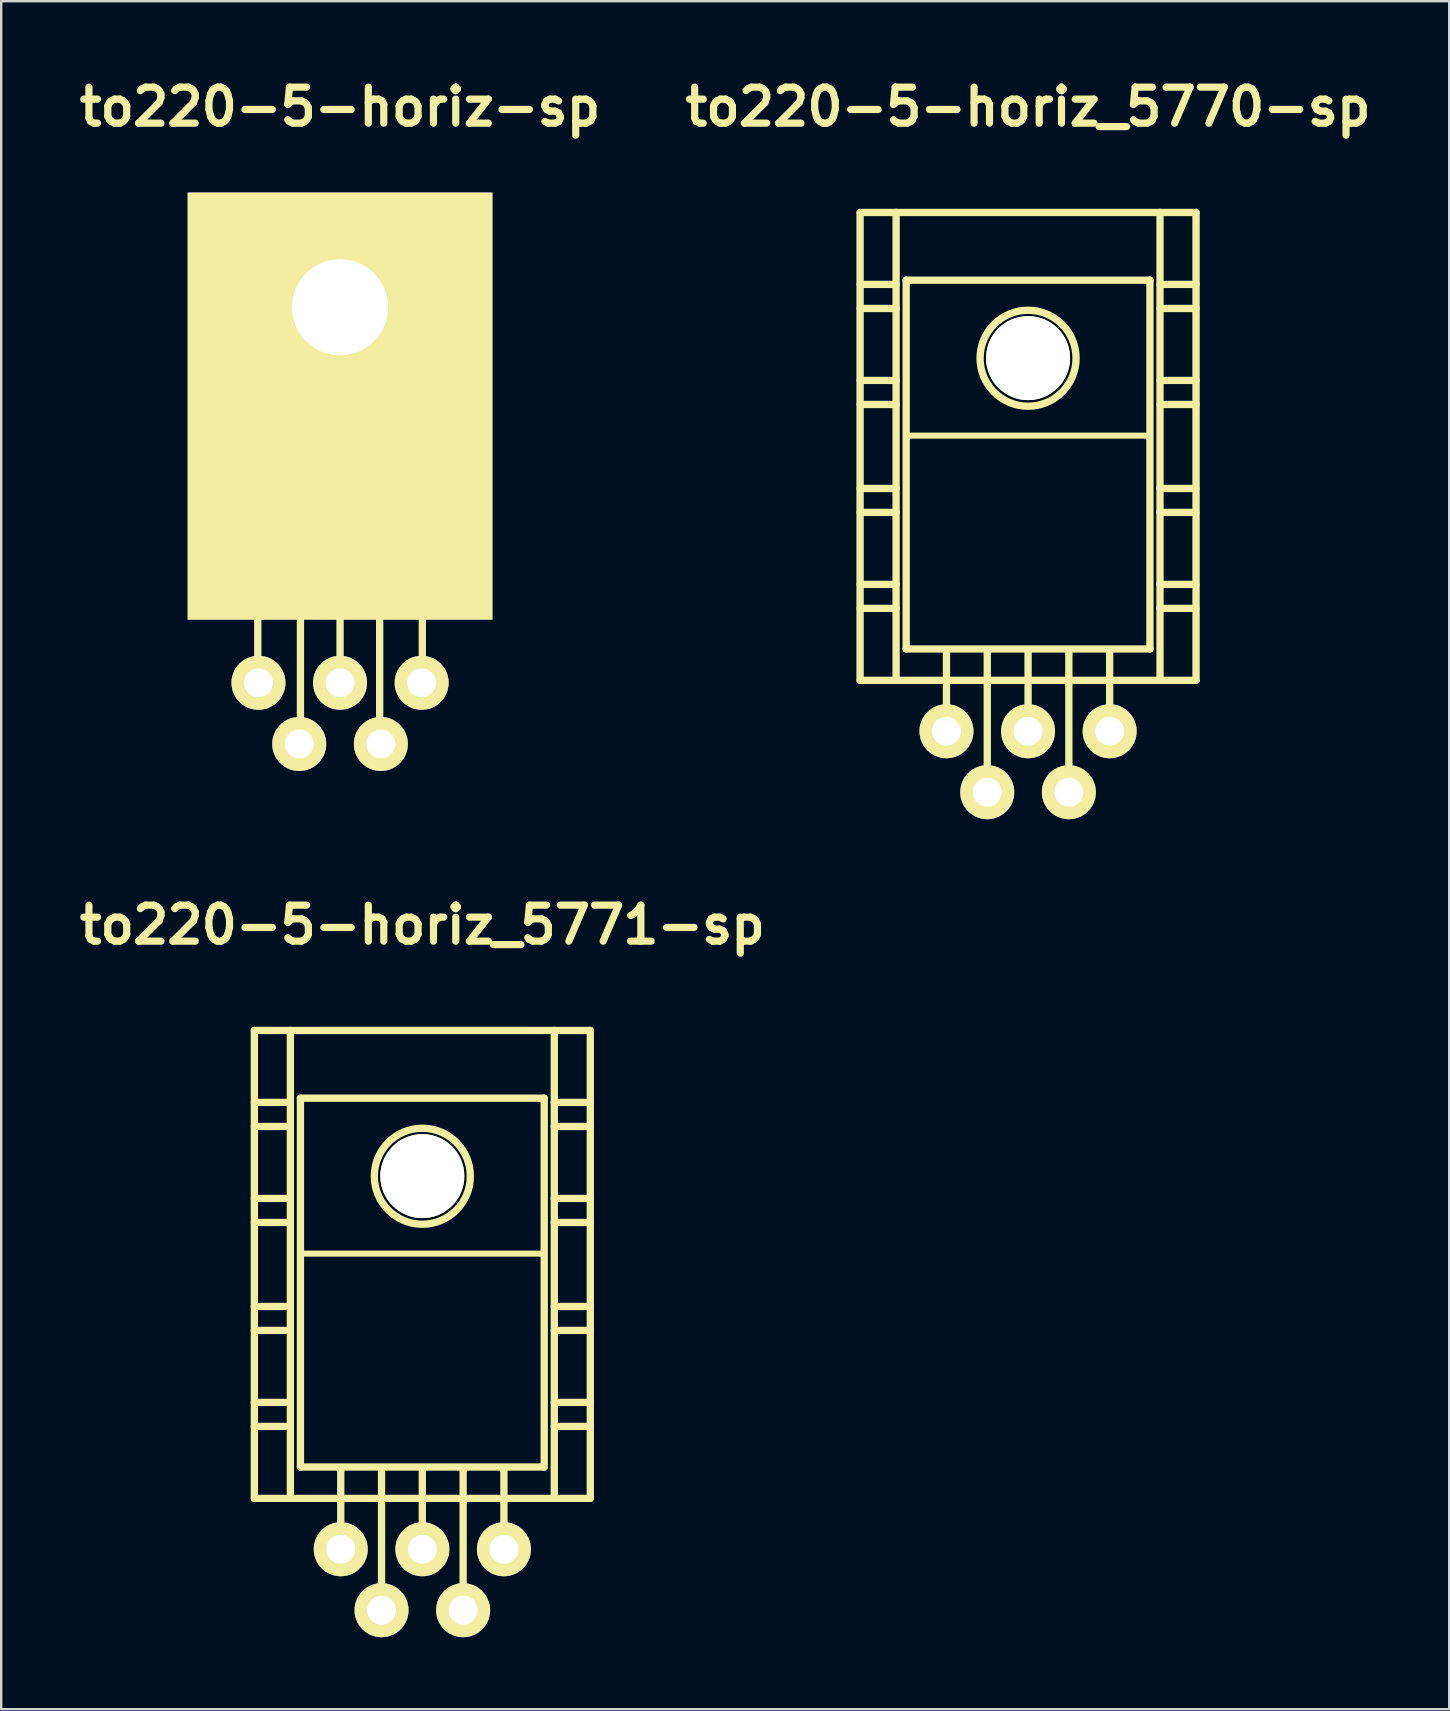
<source format=kicad_pcb>
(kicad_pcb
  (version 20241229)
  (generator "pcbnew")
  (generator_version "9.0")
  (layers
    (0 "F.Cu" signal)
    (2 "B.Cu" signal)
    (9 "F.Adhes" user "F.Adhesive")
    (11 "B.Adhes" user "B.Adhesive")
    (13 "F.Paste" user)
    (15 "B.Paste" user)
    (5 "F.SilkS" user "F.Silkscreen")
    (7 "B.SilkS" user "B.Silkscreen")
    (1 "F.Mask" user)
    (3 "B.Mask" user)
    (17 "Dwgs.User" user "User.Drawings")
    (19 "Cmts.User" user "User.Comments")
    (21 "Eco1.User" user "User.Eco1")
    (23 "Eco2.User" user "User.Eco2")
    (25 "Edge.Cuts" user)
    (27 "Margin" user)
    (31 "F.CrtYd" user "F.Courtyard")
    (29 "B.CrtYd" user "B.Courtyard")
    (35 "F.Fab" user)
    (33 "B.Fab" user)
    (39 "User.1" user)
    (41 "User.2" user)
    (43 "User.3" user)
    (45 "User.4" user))
  (footprint "to220-5-horiz_5771-sp"
    (layer "F.Cu")
    (at 14.55 53.893)
    (property "Reference" "to220-5-horiz_5771-sp" (at 0 -18.4 0) (layer "F.SilkS") (effects (font (size 1.5 1.5) (thickness 0.3))))
    (attr through_hole)
    (fp_line (start -7 -14) (end -7 5.499) (stroke (width 0.305) (type solid)) (layer "F.SilkS"))
    (fp_line (start -7 -11.001) (end -5.499 -11.001) (stroke (width 0.305) (type solid)) (layer "F.SilkS"))
    (fp_line (start -7 -10) (end -5.499 -10) (stroke (width 0.305) (type solid)) (layer "F.SilkS"))
    (fp_line (start -7 -7) (end -5.499 -7) (stroke (width 0.305) (type solid)) (layer "F.SilkS"))
    (fp_line (start -7 -5.999) (end -5.499 -5.999) (stroke (width 0.305) (type solid)) (layer "F.SilkS"))
    (fp_line (start -7 -2.499) (end -5.499 -2.499) (stroke (width 0.305) (type solid)) (layer "F.SilkS"))
    (fp_line (start -7 -1.501) (end -5.499 -1.501) (stroke (width 0.305) (type solid)) (layer "F.SilkS"))
    (fp_line (start -7 1.501) (end -5.499 1.501) (stroke (width 0.305) (type solid)) (layer "F.SilkS"))
    (fp_line (start -7 2.499) (end -5.499 2.499) (stroke (width 0.305) (type solid)) (layer "F.SilkS"))
    (fp_line (start -7 5.499) (end 7 5.499) (stroke (width 0.305) (type solid)) (layer "F.SilkS"))
    (fp_line (start -5.499 5.499) (end -5.499 -14) (stroke (width 0.305) (type solid)) (layer "F.SilkS"))
    (fp_line (start -5.08 -11.176) (end -5.08 4.191) (stroke (width 0.305) (type solid)) (layer "F.SilkS"))
    (fp_line (start -5.08 4.191) (end 5.08 4.191) (stroke (width 0.305) (type solid)) (layer "F.SilkS"))
    (fp_line (start -3.4 7.75) (end -3.4 4.249) (stroke (width 0.305) (type solid)) (layer "F.SilkS"))
    (fp_line (start -1.7 10.249) (end -1.7 4.249) (stroke (width 0.305) (type solid)) (layer "F.SilkS"))
    (fp_line (start 0 7.75) (end 0 4.249) (stroke (width 0.305) (type solid)) (layer "F.SilkS"))
    (fp_line (start 1.7 10.249) (end 1.7 4.249) (stroke (width 0.305) (type solid)) (layer "F.SilkS"))
    (fp_line (start 3.4 7.75) (end 3.4 4.249) (stroke (width 0.305) (type solid)) (layer "F.SilkS"))
    (fp_line (start 5.08 -11.176) (end -5.08 -11.176) (stroke (width 0.305) (type solid)) (layer "F.SilkS"))
    (fp_line (start 5.08 -4.699) (end -5.08 -4.699) (stroke (width 0.254) (type solid)) (layer "F.SilkS"))
    (fp_line (start 5.08 4.191) (end 5.08 -11.176) (stroke (width 0.305) (type solid)) (layer "F.SilkS"))
    (fp_line (start 5.499 -14) (end 5.499 5.499) (stroke (width 0.305) (type solid)) (layer "F.SilkS"))
    (fp_line (start 5.499 -11.001) (end 7 -11.001) (stroke (width 0.305) (type solid)) (layer "F.SilkS"))
    (fp_line (start 5.499 -10) (end 7 -10) (stroke (width 0.305) (type solid)) (layer "F.SilkS"))
    (fp_line (start 5.499 -7) (end 7 -7) (stroke (width 0.305) (type solid)) (layer "F.SilkS"))
    (fp_line (start 5.499 -5.999) (end 7 -5.999) (stroke (width 0.305) (type solid)) (layer "F.SilkS"))
    (fp_line (start 5.499 -2.499) (end 7 -2.499) (stroke (width 0.305) (type solid)) (layer "F.SilkS"))
    (fp_line (start 5.499 -1.501) (end 7 -1.501) (stroke (width 0.305) (type solid)) (layer "F.SilkS"))
    (fp_line (start 5.499 1.501) (end 7 1.501) (stroke (width 0.305) (type solid)) (layer "F.SilkS"))
    (fp_line (start 5.499 2.499) (end 7 2.499) (stroke (width 0.305) (type solid)) (layer "F.SilkS"))
    (fp_line (start 7 -14) (end -7 -14) (stroke (width 0.305) (type solid)) (layer "F.SilkS"))
    (fp_line (start 7 5.499) (end 7 -14) (stroke (width 0.305) (type solid)) (layer "F.SilkS"))
    (fp_circle (center 0 -7.925) (end -1.999 -8.001) (stroke (width 0.305) (type solid)) (fill no) (layer "F.SilkS"))
    (pad "" np_thru_hole circle (at 0 -7.93) (size 3.5 3.5) (drill 3.5) (layers "*.Cu" "*.Mask" "F.SilkS"))
    (pad "1" thru_hole circle (at -3.4 7.62) (size 2.25 2.25) (drill 1.2) (layers "*.Cu" "*.Mask" "F.SilkS"))
    (pad "2" thru_hole circle (at -1.7 10.16) (size 2.25 2.25) (drill 1.2) (layers "*.Cu" "*.Mask" "F.SilkS"))
    (pad "3" thru_hole circle (at 0 7.62) (size 2.25 2.25) (drill 1.2) (layers "*.Cu" "*.Mask" "F.SilkS"))
    (pad "4" thru_hole circle (at 1.7 10.16) (size 2.25 2.25) (drill 1.2) (layers "*.Cu" "*.Mask" "F.SilkS"))
    (pad "5" thru_hole circle (at 3.4 7.62) (size 2.25 2.25) (drill 1.2) (layers "*.Cu" "*.Mask" "F.SilkS")))
  (footprint "to220-5-horiz_5770-sp"
    (layer "F.Cu")
    (at 39.793 19.804)
    (property "Reference" "to220-5-horiz_5770-sp" (at 0 -18.4 0) (layer "F.SilkS") (effects (font (size 1.5 1.5) (thickness 0.3))))
    (attr through_hole)
    (fp_line (start -7 -14) (end -7 5.499) (stroke (width 0.305) (type solid)) (layer "F.SilkS"))
    (fp_line (start -7 -11.001) (end -5.499 -11.001) (stroke (width 0.305) (type solid)) (layer "F.SilkS"))
    (fp_line (start -7 -10) (end -5.499 -10) (stroke (width 0.305) (type solid)) (layer "F.SilkS"))
    (fp_line (start -7 -7) (end -5.499 -7) (stroke (width 0.305) (type solid)) (layer "F.SilkS"))
    (fp_line (start -7 -5.999) (end -5.499 -5.999) (stroke (width 0.305) (type solid)) (layer "F.SilkS"))
    (fp_line (start -7 -2.499) (end -5.499 -2.499) (stroke (width 0.305) (type solid)) (layer "F.SilkS"))
    (fp_line (start -7 -1.501) (end -5.499 -1.501) (stroke (width 0.305) (type solid)) (layer "F.SilkS"))
    (fp_line (start -7 1.501) (end -5.499 1.501) (stroke (width 0.305) (type solid)) (layer "F.SilkS"))
    (fp_line (start -7 2.499) (end -5.499 2.499) (stroke (width 0.305) (type solid)) (layer "F.SilkS"))
    (fp_line (start -7 5.499) (end 7 5.499) (stroke (width 0.305) (type solid)) (layer "F.SilkS"))
    (fp_line (start -5.499 5.499) (end -5.499 -14) (stroke (width 0.305) (type solid)) (layer "F.SilkS"))
    (fp_line (start -5.08 -11.176) (end -5.08 4.191) (stroke (width 0.305) (type solid)) (layer "F.SilkS"))
    (fp_line (start -5.08 4.191) (end 5.08 4.191) (stroke (width 0.305) (type solid)) (layer "F.SilkS"))
    (fp_line (start -3.4 7.75) (end -3.4 4.249) (stroke (width 0.305) (type solid)) (layer "F.SilkS"))
    (fp_line (start -1.7 10.249) (end -1.7 4.249) (stroke (width 0.305) (type solid)) (layer "F.SilkS"))
    (fp_line (start 0 7.75) (end 0 4.249) (stroke (width 0.305) (type solid)) (layer "F.SilkS"))
    (fp_line (start 1.7 10.249) (end 1.7 4.249) (stroke (width 0.305) (type solid)) (layer "F.SilkS"))
    (fp_line (start 3.4 7.75) (end 3.4 4.249) (stroke (width 0.305) (type solid)) (layer "F.SilkS"))
    (fp_line (start 5.08 -11.176) (end -5.08 -11.176) (stroke (width 0.305) (type solid)) (layer "F.SilkS"))
    (fp_line (start 5.08 -4.699) (end -5.08 -4.699) (stroke (width 0.254) (type solid)) (layer "F.SilkS"))
    (fp_line (start 5.08 4.191) (end 5.08 -11.176) (stroke (width 0.305) (type solid)) (layer "F.SilkS"))
    (fp_line (start 5.499 -14) (end 5.499 5.499) (stroke (width 0.305) (type solid)) (layer "F.SilkS"))
    (fp_line (start 5.499 -11.001) (end 7 -11.001) (stroke (width 0.305) (type solid)) (layer "F.SilkS"))
    (fp_line (start 5.499 -10) (end 7 -10) (stroke (width 0.305) (type solid)) (layer "F.SilkS"))
    (fp_line (start 5.499 -7) (end 7 -7) (stroke (width 0.305) (type solid)) (layer "F.SilkS"))
    (fp_line (start 5.499 -5.999) (end 7 -5.999) (stroke (width 0.305) (type solid)) (layer "F.SilkS"))
    (fp_line (start 5.499 -2.499) (end 7 -2.499) (stroke (width 0.305) (type solid)) (layer "F.SilkS"))
    (fp_line (start 5.499 -1.501) (end 7 -1.501) (stroke (width 0.305) (type solid)) (layer "F.SilkS"))
    (fp_line (start 5.499 1.501) (end 7 1.501) (stroke (width 0.305) (type solid)) (layer "F.SilkS"))
    (fp_line (start 5.499 2.499) (end 7 2.499) (stroke (width 0.305) (type solid)) (layer "F.SilkS"))
    (fp_line (start 7 -14) (end -7 -14) (stroke (width 0.305) (type solid)) (layer "F.SilkS"))
    (fp_line (start 7 5.499) (end 7 -14) (stroke (width 0.305) (type solid)) (layer "F.SilkS"))
    (fp_circle (center 0 -7.925) (end -1.999 -8.001) (stroke (width 0.305) (type solid)) (fill no) (layer "F.SilkS"))
    (pad "" np_thru_hole circle (at 0 -7.93) (size 3.5 3.5) (drill 3.5) (layers "*.Cu" "*.Mask" "F.SilkS"))
    (pad "1" thru_hole circle (at -3.4 7.62) (size 2.25 2.25) (drill 1.2) (layers "*.Cu" "*.Mask" "F.SilkS"))
    (pad "2" thru_hole circle (at -1.7 10.16) (size 2.25 2.25) (drill 1.2) (layers "*.Cu" "*.Mask" "F.SilkS"))
    (pad "3" thru_hole circle (at 0 7.62) (size 2.25 2.25) (drill 1.2) (layers "*.Cu" "*.Mask" "F.SilkS"))
    (pad "4" thru_hole circle (at 1.7 10.16) (size 2.25 2.25) (drill 1.2) (layers "*.Cu" "*.Mask" "F.SilkS"))
    (pad "5" thru_hole circle (at 3.4 7.62) (size 2.25 2.25) (drill 1.2) (layers "*.Cu" "*.Mask" "F.SilkS")))
  (footprint "to220-5-horiz-sp"
    (layer "F.Cu")
    (at 11.121 17.404)
    (property "Reference" "to220-5-horiz-sp" (at 0 -16 0) (layer "F.SilkS") (effects (font (size 1.5 1.5) (thickness 0.3))))
    (attr through_hole)
    (fp_line (start -5.08 -10.922) (end -5.08 4.445) (stroke (width 0.305) (type solid)) (layer "F.SilkS"))
    (fp_line (start -5.08 4.445) (end 5.08 4.445) (stroke (width 0.305) (type solid)) (layer "F.SilkS"))
    (fp_line (start -3.429 8.001) (end -3.429 4.445) (stroke (width 0.305) (type solid)) (layer "F.SilkS"))
    (fp_line (start -1.651 10.541) (end -1.651 4.445) (stroke (width 0.305) (type solid)) (layer "F.SilkS"))
    (fp_line (start 0 8.001) (end 0 4.445) (stroke (width 0.305) (type solid)) (layer "F.SilkS"))
    (fp_line (start 1.651 10.541) (end 1.651 4.445) (stroke (width 0.305) (type solid)) (layer "F.SilkS"))
    (fp_line (start 3.429 8.001) (end 3.429 4.445) (stroke (width 0.305) (type solid)) (layer "F.SilkS"))
    (fp_line (start 5.08 -10.922) (end -5.08 -10.922) (stroke (width 0.305) (type solid)) (layer "F.SilkS"))
    (fp_line (start 5.08 -4.445) (end -5.08 -4.445) (stroke (width 0.254) (type solid)) (layer "F.SilkS"))
    (fp_line (start 5.08 4.445) (end 5.08 -10.922) (stroke (width 0.305) (type solid)) (layer "F.SilkS"))
    (pad "1" thru_hole circle (at -3.4 8) (size 2.25 2.25) (drill 1.2) (layers "*.Cu" "*.Mask" "F.SilkS"))
    (pad "2" thru_hole circle (at -1.7 10.55) (size 2.25 2.25) (drill 1.2) (layers "*.Cu" "*.Mask" "F.SilkS"))
    (pad "3" thru_hole circle (at 0 8) (size 2.25 2.25) (drill 1.2) (layers "*.Cu" "*.Mask" "F.SilkS"))
    (pad "4" thru_hole circle (at 1.7 10.55) (size 2.25 2.25) (drill 1.2) (layers "*.Cu" "*.Mask" "F.SilkS"))
    (pad "5" thru_hole circle (at 3.4 8) (size 2.25 2.25) (drill 1.2) (layers "*.Cu" "*.Mask" "F.SilkS"))
    (pad "6" thru_hole rect (at 0 -7.65) (size 12.7 17.8) (drill 4 (offset 0 4.12)) (layers "F.Cu" "F.Mask" "F.SilkS")))
  (gr_rect
    (start -3 -3)
    (end 57.343 68.178)
    (stroke (width 0.1) (type default))
    (fill no)
    (layer "Edge.Cuts")))
</source>
